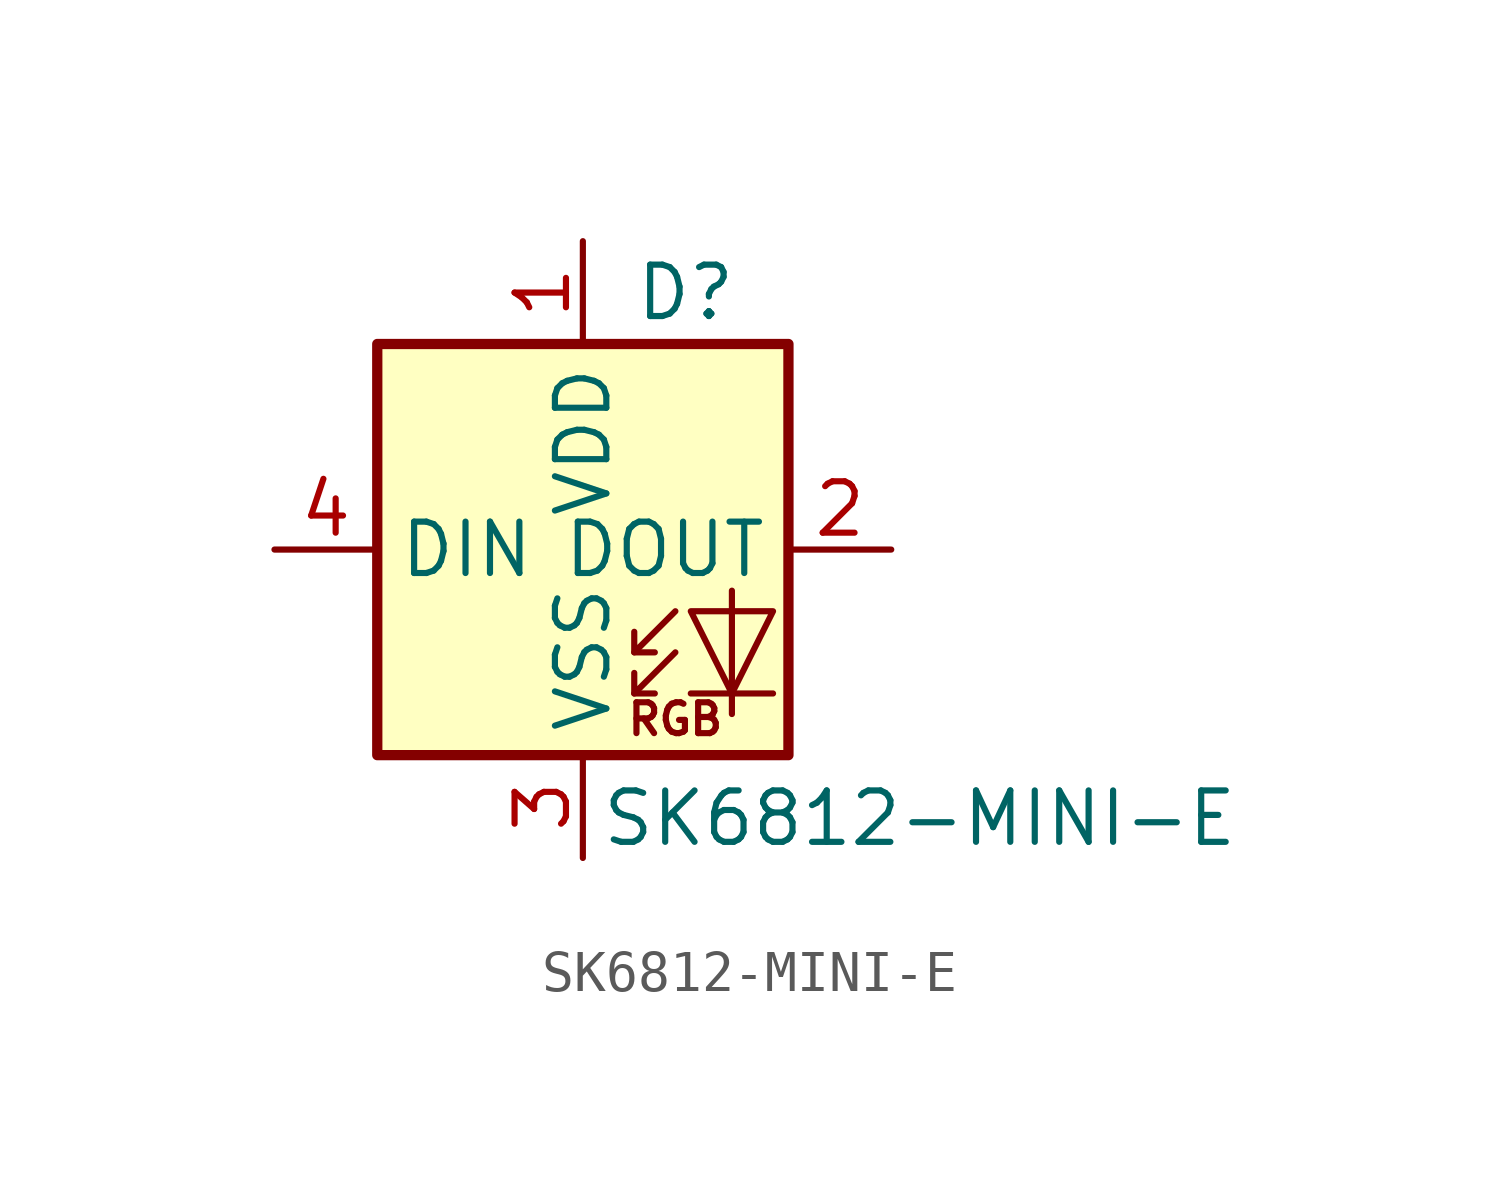
<source format=kicad_sym>
(kicad_symbol_lib
  (version 20231120)
  (generator "kicad_symbol_editor")
  (generator_version "8.0")
  (symbol "SK6812-MINI-E"
    (property "Reference" "D"
      (at 2.54 6.35 0)
      (effects (font (size 1.27 1.27))))
    (property "Value" "SK6812-MINI-E"
      (at 8.324 -6.642 0)
      (effects (font (size 1.27 1.27))))
    (symbol "SK6812-MINI-E_0_0"
      (text "RGB" (at 2.286 -4.191 0) (effects (font (size 0.762 0.762)))))
    (symbol "SK6812-MINI-E_0_1"
      (polyline (pts (xy 1.27 -3.556) (xy 1.778 -3.556)) (stroke (width 0) (type default)) (fill (type none)))
      (polyline (pts (xy 1.27 -2.54) (xy 1.778 -2.54)) (stroke (width 0) (type default)) (fill (type none)))
      (polyline (pts (xy 4.699 -3.556) (xy 2.667 -3.556)) (stroke (width 0) (type default)) (fill (type none)))
      (polyline (pts (xy 2.286 -2.54) (xy 1.27 -3.556) (xy 1.27 -3.048)) (stroke (width 0) (type default)) (fill (type none)))
      (polyline (pts (xy 2.286 -1.524) (xy 1.27 -2.54) (xy 1.27 -2.032)) (stroke (width 0) (type default)) (fill (type none)))
      (polyline (pts (xy 3.683 -1.016) (xy 3.683 -3.556) (xy 3.683 -4.064)) (stroke (width 0) (type default)) (fill (type none)))
      (polyline (pts (xy 4.699 -1.524) (xy 2.667 -1.524) (xy 3.683 -3.556) (xy 4.699 -1.524)) (stroke (width 0) (type default)) (fill (type none)))
      (rectangle (start 5.08 5.08) (end -5.08 -5.08) (stroke (width 0.254) (type default)) (fill (type background))))
    (symbol "SK6812-MINI-E_1_1"
      (pin power_in line (at 0 7.62 270) (length 2.54) (name "VDD" (effects (font (size 1.27 1.27)))) (number "1" (effects (font (size 1.27 1.27)))))
      (pin output line (at 7.62 0 180) (length 2.54) (name "DOUT" (effects (font (size 1.27 1.27)))) (number "2" (effects (font (size 1.27 1.27)))))
      (pin power_in line (at 0 -7.62 90) (length 2.54) (name "VSS" (effects (font (size 1.27 1.27)))) (number "3" (effects (font (size 1.27 1.27)))))
      (pin input line (at -7.62 0 0) (length 2.54) (name "DIN" (effects (font (size 1.27 1.27)))) (number "4" (effects (font (size 1.27 1.27))))))))
</source>
